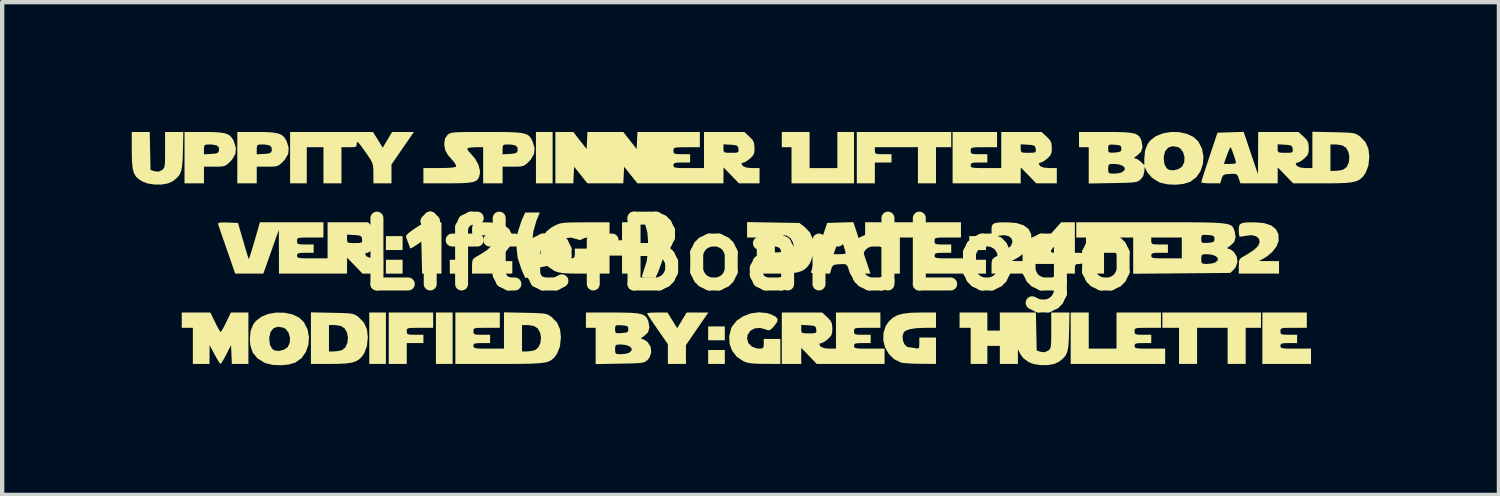
<source format=kicad_pcb>
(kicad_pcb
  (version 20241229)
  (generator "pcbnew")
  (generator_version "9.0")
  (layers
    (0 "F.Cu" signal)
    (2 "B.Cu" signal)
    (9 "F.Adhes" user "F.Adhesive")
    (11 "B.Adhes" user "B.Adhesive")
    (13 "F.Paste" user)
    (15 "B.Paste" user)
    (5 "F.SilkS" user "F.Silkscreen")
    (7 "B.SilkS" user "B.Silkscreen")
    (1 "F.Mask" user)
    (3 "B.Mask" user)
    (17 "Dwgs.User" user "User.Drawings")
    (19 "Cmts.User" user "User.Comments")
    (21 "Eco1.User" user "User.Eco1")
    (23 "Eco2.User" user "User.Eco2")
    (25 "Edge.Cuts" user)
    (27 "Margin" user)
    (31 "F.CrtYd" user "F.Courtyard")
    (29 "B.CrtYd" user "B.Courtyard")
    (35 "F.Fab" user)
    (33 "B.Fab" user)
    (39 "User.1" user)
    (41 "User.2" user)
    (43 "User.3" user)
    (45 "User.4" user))
  (footprint "LifterBoardLogo"
    (layer "F.Cu")
    (at 14.275 2.834)
    (property "Reference" "LifterBoardLogo" (at 0 0 0) (layer "F.SilkS") (effects (font (size 1.524 1.524) (thickness 0.3))))
    (attr board_only exclude_from_pos_files exclude_from_bom)
    (fp_poly (pts (xy -8.392 2.54) (xy -8.777 2.54) (xy -8.777 1.35) (xy -8.392 1.35)) (stroke (width 0) (type solid)) (fill yes) (layer "F.SilkS"))
    (fp_poly (pts (xy -8.006 -0.096) (xy -8.392 -0.096) (xy -8.392 -0.418) (xy -8.006 -0.418)) (stroke (width 0) (type solid)) (fill yes) (layer "F.SilkS"))
    (fp_poly (pts (xy -8.006 0.45) (xy -8.392 0.45) (xy -8.392 0.129) (xy -8.006 0.129)) (stroke (width 0) (type solid)) (fill yes) (layer "F.SilkS"))
    (fp_poly (pts (xy -6.848 2.54) (xy -7.234 2.54) (xy -7.234 1.35) (xy -6.848 1.35)) (stroke (width 0) (type solid)) (fill yes) (layer "F.SilkS"))
    (fp_poly (pts (xy -6.527 0.45) (xy -6.913 0.45) (xy -6.913 0.129) (xy -6.527 0.129)) (stroke (width 0) (type solid)) (fill yes) (layer "F.SilkS"))
    (fp_poly (pts (xy -4.533 -1.64) (xy -4.919 -1.64) (xy -4.919 -2.829) (xy -4.533 -2.829)) (stroke (width 0) (type solid)) (fill yes) (layer "F.SilkS"))
    (fp_poly (pts (xy -0.547 1.993) (xy -0.932 1.993) (xy -0.932 1.672) (xy -0.547 1.672)) (stroke (width 0) (type solid)) (fill yes) (layer "F.SilkS"))
    (fp_poly (pts (xy -0.547 2.54) (xy -0.932 2.54) (xy -0.932 2.218) (xy -0.547 2.218)) (stroke (width 0) (type solid)) (fill yes) (layer "F.SilkS"))
    (fp_poly (pts (xy 5.498 -0.096) (xy 5.112 -0.096) (xy 5.112 -0.418) (xy 5.498 -0.418)) (stroke (width 0) (type solid)) (fill yes) (layer "F.SilkS"))
    (fp_poly (pts (xy 5.498 0.45) (xy 5.112 0.45) (xy 5.112 0.129) (xy 5.498 0.129)) (stroke (width 0) (type solid)) (fill yes) (layer "F.SilkS"))
    (fp_poly (pts (xy 3.858 -0.386) (xy 3.505 -0.386) (xy 3.505 0.45) (xy 3.087 0.45) (xy 3.087 -0.386) (xy 2.701 -0.386) (xy 2.701 -0.739) (xy 3.858 -0.739)) (stroke (width 0) (type solid)) (fill yes) (layer "F.SilkS"))
    (fp_poly (pts (xy 1.415 -1.993) (xy 2.058 -1.993) (xy 2.058 -2.829) (xy 2.444 -2.829) (xy 2.444 -1.64) (xy 0.997 -1.64) (xy 0.997 -2.476) (xy 0.772 -2.476) (xy 0.772 -2.829) (xy 1.415 -2.829)) (stroke (width 0) (type solid)) (fill yes) (layer "F.SilkS"))
    (fp_poly (pts (xy 11.864 1.704) (xy 11.51 1.704) (xy 11.51 2.54) (xy 11.092 2.54) (xy 11.092 1.704) (xy 10.385 1.704) (xy 10.385 2.54) (xy 9.967 2.54) (xy 9.967 1.704) (xy 9.581 1.704) (xy 9.581 1.35) (xy 11.864 1.35)) (stroke (width 0) (type solid)) (fill yes) (layer "F.SilkS"))
    (fp_poly (pts (xy -4.91 -0.768) (xy -4.978 -0.531) (xy -5.008 -0.27) (xy -5 -0.005) (xy -4.954 0.245) (xy -4.887 0.426) (xy -4.829 0.547) (xy -5.168 0.547) (xy -5.253 0.356) (xy -5.344 0.078) (xy -5.373 -0.21) (xy -5.343 -0.499) (xy -5.252 -0.776) (xy -5.168 -0.965) (xy -4.83 -0.965)) (stroke (width 0) (type solid)) (fill yes) (layer "F.SilkS"))
    (fp_poly (pts (xy 4.694 -2.476) (xy 4.341 -2.476) (xy 4.341 -1.64) (xy 3.923 -1.64) (xy 3.923 -2.476) (xy 2.926 -2.476) (xy 2.926 -2.395) (xy 2.93 -2.351) (xy 2.952 -2.327) (xy 3.008 -2.317) (xy 3.112 -2.315) (xy 3.119 -2.315) (xy 3.312 -2.315) (xy 3.312 -2.122) (xy 2.926 -2.122) (xy 2.926 -1.64) (xy 2.508 -1.64) (xy 2.508 -2.829) (xy 4.694 -2.829)) (stroke (width 0) (type solid)) (fill yes) (layer "F.SilkS"))
    (fp_poly (pts (xy -7.298 1.704) (xy -7.604 1.704) (xy -7.745 1.705) (xy -7.835 1.708) (xy -7.884 1.719) (xy -7.905 1.738) (xy -7.909 1.771) (xy -7.909 1.784) (xy -7.905 1.829) (xy -7.883 1.853) (xy -7.827 1.863) (xy -7.723 1.865) (xy -7.716 1.865) (xy -7.524 1.865) (xy -7.524 2.058) (xy -7.909 2.058) (xy -7.909 2.54) (xy -8.327 2.54) (xy -8.327 1.35) (xy -7.298 1.35)) (stroke (width 0) (type solid)) (fill yes) (layer "F.SilkS"))
    (fp_poly (pts (xy -1.762 1.532) (xy -1.649 1.713) (xy -1.54 1.532) (xy -1.432 1.35) (xy -0.928 1.35) (xy -1.447 2.104) (xy -1.447 2.54) (xy -1.865 2.54) (xy -1.865 2.084) (xy -2.106 1.736) (xy -2.195 1.606) (xy -2.27 1.494) (xy -2.323 1.413) (xy -2.346 1.372) (xy -2.347 1.369) (xy -2.318 1.36) (xy -2.24 1.353) (xy -2.129 1.35) (xy -2.111 1.35) (xy -1.874 1.35)) (stroke (width 0) (type solid)) (fill yes) (layer "F.SilkS"))
    (fp_poly (pts (xy -7.106 0.45) (xy -7.554 0.45) (xy -7.563 0.08) (xy -7.572 -0.29) (xy -7.695 -0.207) (xy -7.769 -0.159) (xy -7.818 -0.135) (xy -7.827 -0.134) (xy -7.842 -0.169) (xy -7.868 -0.238) (xy -7.869 -0.241) (xy -7.9 -0.328) (xy -7.925 -0.391) (xy -7.923 -0.429) (xy -7.884 -0.476) (xy -7.8 -0.542) (xy -7.727 -0.592) (xy -7.613 -0.667) (xy -7.527 -0.711) (xy -7.45 -0.732) (xy -7.357 -0.739) (xy -7.307 -0.739) (xy -7.106 -0.739)) (stroke (width 0) (type solid)) (fill yes) (layer "F.SilkS"))
    (fp_poly (pts (xy -2.074 -0.799) (xy -2.026 -0.674) (xy -1.982 -0.523) (xy -1.959 -0.415) (xy -1.941 -0.15) (xy -1.984 0.121) (xy -2.075 0.375) (xy -2.151 0.547) (xy -2.317 0.547) (xy -2.413 0.544) (xy -2.458 0.533) (xy -2.465 0.508) (xy -2.459 0.49) (xy -2.355 0.163) (xy -2.315 -0.168) (xy -2.339 -0.498) (xy -2.427 -0.827) (xy -2.459 -0.908) (xy -2.465 -0.941) (xy -2.439 -0.958) (xy -2.368 -0.964) (xy -2.317 -0.965) (xy -2.151 -0.965)) (stroke (width 0) (type solid)) (fill yes) (layer "F.SilkS"))
    (fp_poly (pts (xy 4.919 -0.386) (xy 4.614 -0.386) (xy 4.472 -0.385) (xy 4.383 -0.381) (xy 4.334 -0.371) (xy 4.313 -0.352) (xy 4.308 -0.319) (xy 4.308 -0.305) (xy 4.312 -0.261) (xy 4.335 -0.237) (xy 4.39 -0.227) (xy 4.495 -0.225) (xy 4.501 -0.225) (xy 4.694 -0.225) (xy 4.694 -0.032) (xy 4.501 -0.032) (xy 4.394 -0.03) (xy 4.335 -0.019) (xy 4.312 0.004) (xy 4.308 0.032) (xy 4.312 0.06) (xy 4.332 0.079) (xy 4.378 0.09) (xy 4.462 0.095) (xy 4.595 0.096) (xy 4.662 0.096) (xy 5.016 0.096) (xy 5.016 0.45) (xy 3.89 0.45) (xy 3.89 -0.739) (xy 4.919 -0.739)) (stroke (width 0) (type solid)) (fill yes) (layer "F.SilkS"))
    (fp_poly (pts (xy 12.925 1.704) (xy 12.62 1.704) (xy 12.478 1.705) (xy 12.389 1.708) (xy 12.34 1.719) (xy 12.319 1.738) (xy 12.314 1.771) (xy 12.314 1.784) (xy 12.318 1.829) (xy 12.341 1.853) (xy 12.396 1.863) (xy 12.5 1.865) (xy 12.507 1.865) (xy 12.7 1.865) (xy 12.7 2.058) (xy 12.507 2.058) (xy 12.399 2.06) (xy 12.341 2.07) (xy 12.318 2.094) (xy 12.314 2.122) (xy 12.318 2.15) (xy 12.338 2.169) (xy 12.384 2.179) (xy 12.468 2.185) (xy 12.601 2.186) (xy 12.668 2.186) (xy 13.022 2.186) (xy 13.022 2.54) (xy 11.896 2.54) (xy 11.896 1.35) (xy 12.925 1.35)) (stroke (width 0) (type solid)) (fill yes) (layer "F.SilkS"))
    (fp_poly (pts (xy -12.346 1.575) (xy -12.293 1.682) (xy -12.248 1.761) (xy -12.221 1.799) (xy -12.218 1.801) (xy -12.195 1.774) (xy -12.154 1.703) (xy -12.102 1.601) (xy -12.089 1.575) (xy -11.98 1.35) (xy -11.575 1.35) (xy -11.575 2.54) (xy -11.958 2.54) (xy -11.967 2.323) (xy -11.977 2.106) (xy -12.088 2.323) (xy -12.144 2.427) (xy -12.19 2.503) (xy -12.218 2.539) (xy -12.22 2.54) (xy -12.245 2.514) (xy -12.289 2.444) (xy -12.345 2.345) (xy -12.357 2.323) (xy -12.473 2.106) (xy -12.474 2.323) (xy -12.475 2.54) (xy -12.861 2.54) (xy -12.861 1.704) (xy -13.118 1.704) (xy -13.118 1.35) (xy -12.455 1.35)) (stroke (width 0) (type solid)) (fill yes) (layer "F.SilkS"))
    (fp_poly (pts (xy -8.578 -2.648) (xy -8.465 -2.466) (xy -8.357 -2.648) (xy -8.248 -2.829) (xy -7.744 -2.829) (xy -8.004 -2.453) (xy -8.263 -2.076) (xy -8.263 -1.64) (xy -8.681 -1.64) (xy -8.682 -1.873) (xy -8.684 -1.979) (xy -8.692 -2.058) (xy -8.714 -2.127) (xy -8.756 -2.203) (xy -8.824 -2.306) (xy -8.875 -2.378) (xy -8.961 -2.498) (xy -9.017 -2.569) (xy -9.05 -2.598) (xy -9.064 -2.591) (xy -9.067 -2.563) (xy -9.071 -2.513) (xy -9.092 -2.487) (xy -9.148 -2.477) (xy -9.244 -2.476) (xy -9.421 -2.476) (xy -9.421 -1.64) (xy -9.838 -1.64) (xy -9.838 -2.476) (xy -10.224 -2.476) (xy -10.224 -1.64) (xy -10.61 -1.64) (xy -10.61 -2.829) (xy -8.691 -2.829)) (stroke (width 0) (type solid)) (fill yes) (layer "F.SilkS"))
    (fp_poly (pts (xy 0.573 -0.733) (xy 1.179 -0.723) (xy 1.3 -0.631) (xy 1.421 -0.506) (xy 1.49 -0.351) (xy 1.511 -0.167) (xy 1.489 0.04) (xy 1.424 0.21) (xy 1.37 0.285) (xy 1.306 0.347) (xy 1.231 0.391) (xy 1.134 0.421) (xy 1.005 0.439) (xy 0.832 0.448) (xy 0.644 0.45) (xy 0.193 0.45) (xy 0.193 0.161) (xy 0.611 0.161) (xy 0.721 0.161) (xy 0.824 0.152) (xy 0.913 0.13) (xy 0.988 0.07) (xy 1.035 -0.032) (xy 1.05 -0.156) (xy 1.03 -0.271) (xy 0.975 -0.371) (xy 0.886 -0.428) (xy 0.752 -0.45) (xy 0.721 -0.45) (xy 0.611 -0.45) (xy 0.611 0.161) (xy 0.193 0.161) (xy 0.193 -0.386) (xy -0.032 -0.386) (xy -0.032 -0.743)) (stroke (width 0) (type solid)) (fill yes) (layer "F.SilkS"))
    (fp_poly (pts (xy 7.877 2.186) (xy 8.52 2.186) (xy 8.52 1.35) (xy 9.549 1.35) (xy 9.549 1.704) (xy 9.244 1.704) (xy 9.102 1.705) (xy 9.013 1.708) (xy 8.964 1.719) (xy 8.943 1.738) (xy 8.938 1.771) (xy 8.938 1.784) (xy 8.942 1.829) (xy 8.965 1.853) (xy 9.02 1.863) (xy 9.124 1.865) (xy 9.131 1.865) (xy 9.324 1.865) (xy 9.324 2.058) (xy 9.131 2.058) (xy 9.023 2.06) (xy 8.965 2.07) (xy 8.942 2.094) (xy 8.938 2.122) (xy 8.942 2.15) (xy 8.962 2.169) (xy 9.008 2.179) (xy 9.092 2.185) (xy 9.225 2.186) (xy 9.292 2.186) (xy 9.646 2.186) (xy 9.646 2.54) (xy 7.459 2.54) (xy 7.459 1.35) (xy 7.877 1.35)) (stroke (width 0) (type solid)) (fill yes) (layer "F.SilkS"))
    (fp_poly (pts (xy -13.85 -2.39) (xy -13.841 -1.95) (xy -13.752 -1.921) (xy -13.659 -1.91) (xy -13.583 -1.943) (xy -13.551 -1.967) (xy -13.529 -1.995) (xy -13.515 -2.041) (xy -13.507 -2.115) (xy -13.504 -2.228) (xy -13.504 -2.394) (xy -13.504 -2.412) (xy -13.504 -2.829) (xy -13.081 -2.829) (xy -13.091 -2.381) (xy -13.098 -2.182) (xy -13.11 -2.034) (xy -13.131 -1.926) (xy -13.165 -1.845) (xy -13.217 -1.779) (xy -13.291 -1.715) (xy -13.323 -1.691) (xy -13.435 -1.639) (xy -13.584 -1.612) (xy -13.749 -1.612) (xy -13.908 -1.637) (xy -14.018 -1.678) (xy -14.111 -1.734) (xy -14.179 -1.797) (xy -14.226 -1.88) (xy -14.255 -1.993) (xy -14.27 -2.146) (xy -14.275 -2.35) (xy -14.275 -2.403) (xy -14.275 -2.829) (xy -13.859 -2.829)) (stroke (width 0) (type solid)) (fill yes) (layer "F.SilkS"))
    (fp_poly (pts (xy 7.556 -0.032) (xy 7.652 -0.032) (xy 7.714 -0.027) (xy 7.741 0.000448) (xy 7.748 0.069) (xy 7.749 0.096) (xy 7.745 0.179) (xy 7.724 0.216) (xy 7.673 0.225) (xy 7.652 0.225) (xy 7.587 0.231) (xy 7.561 0.263) (xy 7.556 0.338) (xy 7.556 0.45) (xy 7.234 0.45) (xy 7.234 0.225) (xy 6.591 0.225) (xy 6.592 0.104) (xy 6.596 0.053) (xy 6.614 0.000266) (xy 6.643 -0.05) (xy 7.003 -0.05) (xy 7.04 -0.035) (xy 7.104 -0.032) (xy 7.234 -0.032) (xy 7.234 -0.367) (xy 7.137 -0.256) (xy 7.05 -0.152) (xy 7.005 -0.086) (xy 7.003 -0.05) (xy 6.643 -0.05) (xy 6.65 -0.062) (xy 6.712 -0.144) (xy 6.807 -0.255) (xy 6.916 -0.378) (xy 7.239 -0.739) (xy 7.556 -0.739)) (stroke (width 0) (type solid)) (fill yes) (layer "F.SilkS"))
    (fp_poly (pts (xy -12.386 -2.827) (xy -12.226 -2.816) (xy -12.11 -2.796) (xy -12.028 -2.761) (xy -11.969 -2.709) (xy -11.923 -2.638) (xy -11.913 -2.617) (xy -11.864 -2.461) (xy -11.876 -2.322) (xy -11.95 -2.193) (xy -11.989 -2.15) (xy -12.055 -2.087) (xy -12.109 -2.05) (xy -12.173 -2.032) (xy -12.265 -2.026) (xy -12.359 -2.026) (xy -12.604 -2.026) (xy -12.604 -1.64) (xy -13.054 -1.64) (xy -13.054 -2.312) (xy -12.604 -2.312) (xy -12.435 -2.321) (xy -12.335 -2.33) (xy -12.282 -2.348) (xy -12.26 -2.382) (xy -12.255 -2.408) (xy -12.262 -2.478) (xy -12.312 -2.52) (xy -12.414 -2.538) (xy -12.467 -2.54) (xy -12.553 -2.537) (xy -12.592 -2.519) (xy -12.603 -2.47) (xy -12.604 -2.426) (xy -12.604 -2.312) (xy -13.054 -2.312) (xy -13.054 -2.829) (xy -12.6 -2.829)) (stroke (width 0) (type solid)) (fill yes) (layer "F.SilkS"))
    (fp_poly (pts (xy -11.165 -2.827) (xy -11.005 -2.816) (xy -10.889 -2.796) (xy -10.806 -2.761) (xy -10.747 -2.709) (xy -10.701 -2.638) (xy -10.691 -2.617) (xy -10.642 -2.461) (xy -10.654 -2.322) (xy -10.728 -2.193) (xy -10.767 -2.15) (xy -10.833 -2.087) (xy -10.887 -2.05) (xy -10.951 -2.032) (xy -11.044 -2.026) (xy -11.137 -2.026) (xy -11.382 -2.026) (xy -11.382 -1.64) (xy -11.832 -1.64) (xy -11.832 -2.312) (xy -11.382 -2.312) (xy -11.213 -2.321) (xy -11.113 -2.33) (xy -11.061 -2.348) (xy -11.038 -2.382) (xy -11.033 -2.408) (xy -11.04 -2.478) (xy -11.091 -2.52) (xy -11.192 -2.538) (xy -11.245 -2.54) (xy -11.331 -2.537) (xy -11.37 -2.519) (xy -11.381 -2.47) (xy -11.382 -2.426) (xy -11.382 -2.312) (xy -11.832 -2.312) (xy -11.832 -2.829) (xy -11.379 -2.829)) (stroke (width 0) (type solid)) (fill yes) (layer "F.SilkS"))
    (fp_poly (pts (xy -9.635 1.356) (xy -9.447 1.36) (xy -9.311 1.366) (xy -9.216 1.373) (xy -9.149 1.386) (xy -9.099 1.406) (xy -9.055 1.434) (xy -9.021 1.459) (xy -8.9 1.584) (xy -8.831 1.739) (xy -8.81 1.923) (xy -8.832 2.13) (xy -8.897 2.3) (xy -8.951 2.375) (xy -9.015 2.437) (xy -9.09 2.481) (xy -9.186 2.511) (xy -9.316 2.529) (xy -9.489 2.538) (xy -9.677 2.54) (xy -10.128 2.54) (xy -10.128 2.251) (xy -9.71 2.251) (xy -9.599 2.251) (xy -9.496 2.241) (xy -9.408 2.22) (xy -9.333 2.16) (xy -9.285 2.058) (xy -9.271 1.934) (xy -9.291 1.819) (xy -9.346 1.719) (xy -9.434 1.662) (xy -9.569 1.64) (xy -9.599 1.64) (xy -9.71 1.64) (xy -9.71 2.251) (xy -10.128 2.251) (xy -10.128 1.346)) (stroke (width 0) (type solid)) (fill yes) (layer "F.SilkS"))
    (fp_poly (pts (xy 4.341 1.704) (xy 4.091 1.704) (xy 3.892 1.712) (xy 3.737 1.736) (xy 3.634 1.774) (xy 3.596 1.808) (xy 3.568 1.895) (xy 3.575 1.993) (xy 3.61 2.082) (xy 3.666 2.141) (xy 3.712 2.154) (xy 3.772 2.16) (xy 3.854 2.174) (xy 3.918 2.184) (xy 3.947 2.167) (xy 3.954 2.11) (xy 3.955 2.062) (xy 3.955 1.929) (xy 4.341 1.929) (xy 4.341 2.54) (xy 3.979 2.537) (xy 3.824 2.534) (xy 3.685 2.527) (xy 3.579 2.517) (xy 3.53 2.508) (xy 3.371 2.43) (xy 3.248 2.309) (xy 3.163 2.159) (xy 3.121 1.992) (xy 3.126 1.821) (xy 3.179 1.659) (xy 3.258 1.547) (xy 3.347 1.467) (xy 3.453 1.411) (xy 3.587 1.375) (xy 3.761 1.356) (xy 3.963 1.351) (xy 4.341 1.35)) (stroke (width 0) (type solid)) (fill yes) (layer "F.SilkS"))
    (fp_poly (pts (xy -5.814 -0.72) (xy -5.65 -0.667) (xy -5.537 -0.579) (xy -5.479 -0.459) (xy -5.475 -0.307) (xy -5.477 -0.3) (xy -5.523 -0.18) (xy -5.617 -0.057) (xy -5.745 0.052) (xy -5.819 0.098) (xy -5.932 0.158) (xy -5.466 0.161) (xy -5.466 0.45) (xy -6.398 0.45) (xy -6.398 0.281) (xy -6.395 0.18) (xy -6.379 0.121) (xy -6.337 0.08) (xy -6.28 0.048) (xy -6.175 -0.014) (xy -6.063 -0.087) (xy -6.039 -0.105) (xy -5.947 -0.195) (xy -5.914 -0.284) (xy -5.933 -0.361) (xy -5.997 -0.416) (xy -6.101 -0.441) (xy -6.236 -0.426) (xy -6.32 -0.409) (xy -6.374 -0.408) (xy -6.381 -0.411) (xy -6.392 -0.451) (xy -6.398 -0.531) (xy -6.398 -0.564) (xy -6.394 -0.639) (xy -6.372 -0.689) (xy -6.323 -0.719) (xy -6.236 -0.734) (xy -6.1 -0.738) (xy -6.028 -0.738)) (stroke (width 0) (type solid)) (fill yes) (layer "F.SilkS"))
    (fp_poly (pts (xy 6.211 -0.72) (xy 6.375 -0.667) (xy 6.487 -0.579) (xy 6.546 -0.459) (xy 6.549 -0.307) (xy 6.548 -0.3) (xy 6.501 -0.18) (xy 6.407 -0.057) (xy 6.28 0.052) (xy 6.205 0.098) (xy 6.093 0.158) (xy 6.326 0.159) (xy 6.559 0.161) (xy 6.559 0.45) (xy 5.627 0.45) (xy 5.627 0.281) (xy 5.63 0.18) (xy 5.646 0.121) (xy 5.688 0.08) (xy 5.745 0.048) (xy 5.85 -0.014) (xy 5.961 -0.087) (xy 5.986 -0.105) (xy 6.077 -0.195) (xy 6.111 -0.284) (xy 6.092 -0.361) (xy 6.028 -0.416) (xy 5.923 -0.441) (xy 5.789 -0.426) (xy 5.705 -0.409) (xy 5.651 -0.408) (xy 5.644 -0.411) (xy 5.633 -0.451) (xy 5.627 -0.531) (xy 5.627 -0.564) (xy 5.631 -0.639) (xy 5.653 -0.689) (xy 5.701 -0.719) (xy 5.789 -0.734) (xy 5.925 -0.738) (xy 5.996 -0.738)) (stroke (width 0) (type solid)) (fill yes) (layer "F.SilkS"))
    (fp_poly (pts (xy 11.934 -0.72) (xy 12.098 -0.667) (xy 12.21 -0.579) (xy 12.269 -0.459) (xy 12.272 -0.307) (xy 12.271 -0.3) (xy 12.224 -0.18) (xy 12.13 -0.057) (xy 12.003 0.052) (xy 11.928 0.098) (xy 11.816 0.158) (xy 12.049 0.159) (xy 12.282 0.161) (xy 12.282 0.45) (xy 11.35 0.45) (xy 11.35 0.281) (xy 11.353 0.18) (xy 11.369 0.121) (xy 11.411 0.08) (xy 11.468 0.048) (xy 11.573 -0.014) (xy 11.684 -0.087) (xy 11.709 -0.105) (xy 11.8 -0.195) (xy 11.834 -0.284) (xy 11.815 -0.361) (xy 11.751 -0.416) (xy 11.646 -0.441) (xy 11.512 -0.426) (xy 11.428 -0.409) (xy 11.374 -0.408) (xy 11.367 -0.411) (xy 11.356 -0.451) (xy 11.35 -0.531) (xy 11.35 -0.564) (xy 11.354 -0.639) (xy 11.376 -0.689) (xy 11.425 -0.719) (xy 11.512 -0.734) (xy 11.648 -0.738) (xy 11.719 -0.738)) (stroke (width 0) (type solid)) (fill yes) (layer "F.SilkS"))
    (fp_poly (pts (xy 0.428 1.363) (xy 0.524 1.394) (xy 0.63 1.447) (xy 0.676 1.501) (xy 0.665 1.566) (xy 0.602 1.655) (xy 0.599 1.658) (xy 0.533 1.73) (xy 0.487 1.761) (xy 0.442 1.758) (xy 0.405 1.743) (xy 0.267 1.706) (xy 0.143 1.718) (xy 0.044 1.773) (xy -0.018 1.865) (xy -0.032 1.953) (xy -0.003 2.056) (xy 0.075 2.136) (xy 0.187 2.181) (xy 0.245 2.186) (xy 0.318 2.181) (xy 0.348 2.152) (xy 0.354 2.08) (xy 0.354 2.074) (xy 0.354 1.961) (xy 0.739 1.961) (xy 0.739 2.54) (xy 0.378 2.539) (xy 0.198 2.536) (xy 0.067 2.527) (xy -0.031 2.509) (xy -0.111 2.481) (xy -0.116 2.478) (xy -0.268 2.377) (xy -0.377 2.237) (xy -0.437 2.072) (xy -0.446 1.894) (xy -0.399 1.715) (xy -0.378 1.672) (xy -0.273 1.54) (xy -0.124 1.438) (xy 0.052 1.371) (xy 0.242 1.345)) (stroke (width 0) (type solid)) (fill yes) (layer "F.SilkS"))
    (fp_poly (pts (xy 2.626 -0.146) (xy 2.824 0.45) (xy 2.352 0.45) (xy 2.314 0.336) (xy 2.289 0.269) (xy 2.258 0.237) (xy 2.2 0.228) (xy 2.112 0.232) (xy 2.014 0.24) (xy 1.96 0.259) (xy 1.932 0.3) (xy 1.917 0.346) (xy 1.888 0.45) (xy 1.667 0.45) (xy 1.558 0.447) (xy 1.479 0.438) (xy 1.447 0.426) (xy 1.447 0.425) (xy 1.457 0.388) (xy 1.484 0.3) (xy 1.525 0.172) (xy 1.577 0.012) (xy 1.581 0) (xy 1.971 0) (xy 2.111 0) (xy 2.195 -0.004) (xy 2.245 -0.015) (xy 2.251 -0.021) (xy 2.241 -0.07) (xy 2.217 -0.151) (xy 2.186 -0.243) (xy 2.155 -0.325) (xy 2.132 -0.377) (xy 2.124 -0.386) (xy 2.105 -0.358) (xy 2.073 -0.285) (xy 2.038 -0.193) (xy 1.971 0) (xy 1.581 0) (xy 1.634 -0.161) (xy 1.822 -0.723) (xy 2.125 -0.733) (xy 2.428 -0.742)) (stroke (width 0) (type solid)) (fill yes) (layer "F.SilkS"))
    (fp_poly (pts (xy 5.53 1.768) (xy 5.819 1.768) (xy 5.819 1.35) (xy 6.654 1.35) (xy 6.672 2.229) (xy 6.761 2.259) (xy 6.854 2.27) (xy 6.93 2.237) (xy 6.962 2.213) (xy 6.984 2.184) (xy 6.998 2.139) (xy 7.005 2.065) (xy 7.009 1.951) (xy 7.009 1.786) (xy 7.009 1.768) (xy 7.009 1.35) (xy 7.432 1.35) (xy 7.421 1.798) (xy 7.415 1.998) (xy 7.403 2.146) (xy 7.382 2.254) (xy 7.348 2.335) (xy 7.296 2.401) (xy 7.222 2.465) (xy 7.19 2.489) (xy 7.078 2.541) (xy 6.929 2.567) (xy 6.764 2.568) (xy 6.605 2.543) (xy 6.495 2.502) (xy 6.363 2.408) (xy 6.294 2.315) (xy 6.238 2.202) (xy 6.238 2.371) (xy 6.237 2.54) (xy 5.819 2.54) (xy 5.819 2.122) (xy 5.53 2.122) (xy 5.53 2.54) (xy 5.144 2.54) (xy 5.144 1.704) (xy 4.887 1.704) (xy 4.887 1.35) (xy 5.53 1.35)) (stroke (width 0) (type solid)) (fill yes) (layer "F.SilkS"))
    (fp_poly (pts (xy -10.736 1.355) (xy -10.558 1.393) (xy -10.405 1.465) (xy -10.292 1.571) (xy -10.291 1.572) (xy -10.207 1.738) (xy -10.173 1.917) (xy -10.186 2.096) (xy -10.244 2.262) (xy -10.343 2.403) (xy -10.48 2.504) (xy -10.494 2.511) (xy -10.642 2.554) (xy -10.821 2.571) (xy -11.004 2.563) (xy -11.163 2.528) (xy -11.205 2.511) (xy -11.366 2.411) (xy -11.474 2.279) (xy -11.531 2.11) (xy -11.543 1.961) (xy -11.542 1.957) (xy -11.092 1.957) (xy -11.076 2.099) (xy -11.025 2.191) (xy -10.964 2.23) (xy -10.865 2.239) (xy -10.756 2.212) (xy -10.671 2.156) (xy -10.666 2.151) (xy -10.618 2.05) (xy -10.612 1.933) (xy -10.644 1.82) (xy -10.709 1.733) (xy -10.761 1.702) (xy -10.889 1.679) (xy -10.991 1.712) (xy -11.061 1.797) (xy -11.092 1.927) (xy -11.092 1.957) (xy -11.542 1.957) (xy -11.523 1.773) (xy -11.463 1.624) (xy -11.404 1.547) (xy -11.273 1.447) (xy -11.109 1.381) (xy -10.925 1.351)) (stroke (width 0) (type solid)) (fill yes) (layer "F.SilkS"))
    (fp_poly (pts (xy -2.508 0.45) (xy -2.926 0.45) (xy -2.926 0.032) (xy -3.215 0.032) (xy -3.215 0.45) (xy -3.601 0.45) (xy -3.601 -0.386) (xy -3.707 -0.386) (xy -3.792 -0.375) (xy -3.85 -0.349) (xy -3.851 -0.348) (xy -3.897 -0.326) (xy -3.966 -0.346) (xy -3.971 -0.348) (xy -4.107 -0.384) (xy -4.231 -0.372) (xy -4.329 -0.316) (xy -4.391 -0.223) (xy -4.405 -0.137) (xy -4.376 -0.034) (xy -4.298 0.046) (xy -4.186 0.091) (xy -4.127 0.096) (xy -4.055 0.091) (xy -4.025 0.062) (xy -4.019 -0.01) (xy -4.019 -0.016) (xy -4.019 -0.129) (xy -3.633 -0.129) (xy -3.633 0.45) (xy -3.995 0.449) (xy -4.175 0.446) (xy -4.306 0.437) (xy -4.404 0.419) (xy -4.484 0.391) (xy -4.489 0.389) (xy -4.641 0.287) (xy -4.749 0.147) (xy -4.81 -0.018) (xy -4.819 -0.196) (xy -4.772 -0.375) (xy -4.751 -0.418) (xy -4.672 -0.53) (xy -4.564 -0.616) (xy -4.507 -0.649) (xy -4.445 -0.68) (xy -4.388 -0.703) (xy -4.325 -0.718) (xy -4.245 -0.728) (xy -4.136 -0.734) (xy -3.985 -0.736) (xy -3.783 -0.737) (xy -3.778 -0.737) (xy -3.215 -0.738) (xy -3.215 -0.322) (xy -2.926 -0.322) (xy -2.926 -0.739) (xy -2.508 -0.739)) (stroke (width 0) (type solid)) (fill yes) (layer "F.SilkS"))
    (fp_poly (pts (xy -5.166 1.356) (xy -4.978 1.36) (xy -4.842 1.366) (xy -4.746 1.373) (xy -4.68 1.386) (xy -4.63 1.406) (xy -4.585 1.434) (xy -4.551 1.459) (xy -4.43 1.584) (xy -4.361 1.739) (xy -4.341 1.923) (xy -4.363 2.13) (xy -4.428 2.3) (xy -4.482 2.375) (xy -4.523 2.419) (xy -4.567 2.454) (xy -4.62 2.482) (xy -4.69 2.503) (xy -4.784 2.518) (xy -4.908 2.528) (xy -5.07 2.535) (xy -5.276 2.538) (xy -5.535 2.54) (xy -5.77 2.54) (xy -6.784 2.54) (xy -6.784 2.251) (xy -5.241 2.251) (xy -5.13 2.251) (xy -5.027 2.241) (xy -4.939 2.22) (xy -4.864 2.16) (xy -4.816 2.058) (xy -4.802 1.934) (xy -4.822 1.819) (xy -4.876 1.719) (xy -4.965 1.662) (xy -5.099 1.64) (xy -5.13 1.64) (xy -5.241 1.64) (xy -5.241 2.251) (xy -6.784 2.251) (xy -6.784 1.35) (xy -5.755 1.35) (xy -5.755 1.704) (xy -6.061 1.704) (xy -6.202 1.705) (xy -6.291 1.708) (xy -6.34 1.719) (xy -6.361 1.738) (xy -6.366 1.771) (xy -6.366 1.784) (xy -6.362 1.829) (xy -6.34 1.853) (xy -6.284 1.863) (xy -6.18 1.865) (xy -6.173 1.865) (xy -5.98 1.865) (xy -5.98 2.058) (xy -6.173 2.058) (xy -6.281 2.06) (xy -6.339 2.07) (xy -6.363 2.094) (xy -6.366 2.122) (xy -6.362 2.15) (xy -6.342 2.169) (xy -6.296 2.179) (xy -6.212 2.185) (xy -6.079 2.186) (xy -6.012 2.186) (xy -5.659 2.186) (xy -5.659 1.346)) (stroke (width 0) (type solid)) (fill yes) (layer "F.SilkS"))
    (fp_poly (pts (xy -2.906 1.352) (xy -2.718 1.357) (xy -2.578 1.368) (xy -2.478 1.388) (xy -2.409 1.418) (xy -2.362 1.46) (xy -2.331 1.517) (xy -2.315 1.561) (xy -2.292 1.699) (xy -2.325 1.81) (xy -2.417 1.896) (xy -2.42 1.898) (xy -2.48 1.94) (xy -2.482 1.959) (xy -2.466 1.961) (xy -2.405 1.983) (xy -2.335 2.035) (xy -2.33 2.04) (xy -2.263 2.147) (xy -2.249 2.27) (xy -2.287 2.387) (xy -2.334 2.446) (xy -2.366 2.474) (xy -2.402 2.495) (xy -2.45 2.509) (xy -2.523 2.519) (xy -2.629 2.526) (xy -2.779 2.53) (xy -2.977 2.534) (xy -3.537 2.544) (xy -3.537 2.202) (xy -3.087 2.202) (xy -3.083 2.274) (xy -3.059 2.306) (xy -2.997 2.315) (xy -2.956 2.315) (xy -2.856 2.307) (xy -2.774 2.287) (xy -2.763 2.282) (xy -2.706 2.231) (xy -2.704 2.18) (xy -2.752 2.134) (xy -2.841 2.101) (xy -2.956 2.09) (xy -3.039 2.093) (xy -3.076 2.113) (xy -3.086 2.167) (xy -3.087 2.202) (xy -3.537 2.202) (xy -3.537 1.736) (xy -3.087 1.736) (xy -3.084 1.796) (xy -3.063 1.824) (xy -3.008 1.83) (xy -2.934 1.826) (xy -2.841 1.817) (xy -2.796 1.798) (xy -2.782 1.76) (xy -2.781 1.736) (xy -2.787 1.687) (xy -2.818 1.661) (xy -2.889 1.649) (xy -2.934 1.646) (xy -3.026 1.642) (xy -3.071 1.653) (xy -3.085 1.688) (xy -3.087 1.736) (xy -3.537 1.736) (xy -3.537 1.704) (xy -3.762 1.704) (xy -3.762 1.35) (xy -3.149 1.35)) (stroke (width 0) (type solid)) (fill yes) (layer "F.SilkS"))
    (fp_poly (pts (xy 1.822 1.457) (xy 1.896 1.534) (xy 1.931 1.606) (xy 1.942 1.703) (xy 1.942 1.717) (xy 1.938 1.819) (xy 1.912 1.888) (xy 1.851 1.954) (xy 1.84 1.964) (xy 1.765 2.022) (xy 1.702 2.055) (xy 1.687 2.058) (xy 1.645 2.072) (xy 1.64 2.083) (xy 1.669 2.139) (xy 1.753 2.175) (xy 1.871 2.186) (xy 2.026 2.186) (xy 2.026 1.35) (xy 3.054 1.35) (xy 3.054 1.704) (xy 2.749 1.704) (xy 2.607 1.705) (xy 2.518 1.708) (xy 2.469 1.719) (xy 2.448 1.738) (xy 2.444 1.771) (xy 2.444 1.784) (xy 2.448 1.829) (xy 2.47 1.853) (xy 2.526 1.863) (xy 2.63 1.865) (xy 2.636 1.865) (xy 2.829 1.865) (xy 2.829 2.058) (xy 2.636 2.058) (xy 2.529 2.06) (xy 2.47 2.07) (xy 2.447 2.094) (xy 2.444 2.122) (xy 2.448 2.15) (xy 2.467 2.169) (xy 2.514 2.179) (xy 2.598 2.185) (xy 2.731 2.186) (xy 2.797 2.186) (xy 3.151 2.186) (xy 3.151 2.54) (xy 1.581 2.54) (xy 1.402 2.355) (xy 1.223 2.17) (xy 1.222 2.355) (xy 1.222 2.54) (xy 0.772 2.54) (xy 0.772 1.636) (xy 1.222 1.636) (xy 1.222 1.735) (xy 1.225 1.79) (xy 1.243 1.82) (xy 1.294 1.831) (xy 1.392 1.833) (xy 1.401 1.833) (xy 1.502 1.831) (xy 1.555 1.821) (xy 1.572 1.796) (xy 1.57 1.746) (xy 1.57 1.744) (xy 1.558 1.692) (xy 1.529 1.664) (xy 1.464 1.651) (xy 1.391 1.646) (xy 1.222 1.636) (xy 0.772 1.636) (xy 0.772 1.35) (xy 1.705 1.35)) (stroke (width 0) (type solid)) (fill yes) (layer "F.SilkS"))
    (fp_poly (pts (xy 5.755 -2.476) (xy 5.45 -2.476) (xy 5.308 -2.475) (xy 5.219 -2.471) (xy 5.17 -2.461) (xy 5.149 -2.441) (xy 5.144 -2.409) (xy 5.144 -2.395) (xy 5.148 -2.351) (xy 5.171 -2.327) (xy 5.226 -2.317) (xy 5.33 -2.315) (xy 5.337 -2.315) (xy 5.53 -2.315) (xy 5.53 -2.122) (xy 5.337 -2.122) (xy 5.229 -2.12) (xy 5.171 -2.109) (xy 5.148 -2.086) (xy 5.144 -2.058) (xy 5.148 -2.03) (xy 5.168 -2.011) (xy 5.214 -2) (xy 5.298 -1.995) (xy 5.431 -1.993) (xy 5.498 -1.993) (xy 5.852 -1.993) (xy 5.852 -2.543) (xy 6.302 -2.543) (xy 6.302 -2.445) (xy 6.305 -2.389) (xy 6.323 -2.36) (xy 6.374 -2.349) (xy 6.472 -2.347) (xy 6.481 -2.347) (xy 6.582 -2.349) (xy 6.635 -2.358) (xy 6.652 -2.384) (xy 6.65 -2.434) (xy 6.65 -2.436) (xy 6.638 -2.487) (xy 6.609 -2.515) (xy 6.544 -2.528) (xy 6.471 -2.534) (xy 6.302 -2.543) (xy 5.852 -2.543) (xy 5.852 -2.829) (xy 6.785 -2.829) (xy 6.902 -2.722) (xy 6.976 -2.646) (xy 7.011 -2.574) (xy 7.022 -2.476) (xy 7.022 -2.462) (xy 7.018 -2.361) (xy 6.992 -2.292) (xy 6.931 -2.225) (xy 6.92 -2.216) (xy 6.845 -2.158) (xy 6.782 -2.125) (xy 6.767 -2.122) (xy 6.725 -2.108) (xy 6.72 -2.096) (xy 6.75 -2.04) (xy 6.835 -2.005) (xy 6.967 -1.993) (xy 7.138 -1.993) (xy 7.138 -1.64) (xy 6.661 -1.64) (xy 6.482 -1.825) (xy 6.303 -2.009) (xy 6.302 -1.825) (xy 6.302 -1.64) (xy 4.726 -1.64) (xy 4.726 -2.829) (xy 5.755 -2.829)) (stroke (width 0) (type solid)) (fill yes) (layer "F.SilkS"))
    (fp_poly (pts (xy -5.789 -2.829) (xy -5.571 -2.826) (xy -5.402 -2.82) (xy -5.275 -2.808) (xy -5.182 -2.79) (xy -5.115 -2.763) (xy -5.068 -2.727) (xy -5.033 -2.68) (xy -5.001 -2.619) (xy -5 -2.617) (xy -4.951 -2.461) (xy -4.963 -2.322) (xy -5.038 -2.193) (xy -5.076 -2.15) (xy -5.142 -2.087) (xy -5.197 -2.05) (xy -5.26 -2.032) (xy -5.353 -2.026) (xy -5.446 -2.026) (xy -5.691 -2.026) (xy -5.691 -1.64) (xy -6.141 -1.64) (xy -6.141 -2.312) (xy -5.691 -2.312) (xy -5.522 -2.321) (xy -5.422 -2.33) (xy -5.37 -2.348) (xy -5.347 -2.382) (xy -5.342 -2.408) (xy -5.349 -2.478) (xy -5.4 -2.52) (xy -5.501 -2.538) (xy -5.554 -2.54) (xy -5.64 -2.537) (xy -5.679 -2.519) (xy -5.69 -2.47) (xy -5.691 -2.426) (xy -5.691 -2.312) (xy -6.141 -2.312) (xy -6.141 -2.476) (xy -6.316 -2.476) (xy -6.416 -2.471) (xy -6.487 -2.459) (xy -6.508 -2.448) (xy -6.498 -2.41) (xy -6.452 -2.353) (xy -6.442 -2.344) (xy -6.328 -2.212) (xy -6.25 -2.071) (xy -6.215 -1.936) (xy -6.217 -1.872) (xy -6.233 -1.796) (xy -6.26 -1.739) (xy -6.306 -1.698) (xy -6.378 -1.67) (xy -6.487 -1.653) (xy -6.639 -1.644) (xy -6.843 -1.641) (xy -6.953 -1.64) (xy -7.524 -1.64) (xy -7.524 -1.993) (xy -7.156 -1.993) (xy -6.98 -1.997) (xy -6.853 -2.005) (xy -6.78 -2.02) (xy -6.766 -2.028) (xy -6.774 -2.07) (xy -6.818 -2.137) (xy -6.857 -2.181) (xy -6.957 -2.297) (xy -7.014 -2.397) (xy -7.038 -2.501) (xy -7.041 -2.564) (xy -7.022 -2.681) (xy -6.967 -2.759) (xy -6.942 -2.781) (xy -6.913 -2.797) (xy -6.872 -2.809) (xy -6.812 -2.818) (xy -6.723 -2.824) (xy -6.598 -2.827) (xy -6.429 -2.829) (xy -6.209 -2.829) (xy -6.064 -2.829)) (stroke (width 0) (type solid)) (fill yes) (layer "F.SilkS"))
    (fp_poly (pts (xy -3.901 -2.632) (xy -3.746 -2.435) (xy -3.736 -2.632) (xy -3.727 -2.829) (xy -2.898 -2.829) (xy -2.743 -2.632) (xy -2.588 -2.435) (xy -2.579 -2.632) (xy -2.569 -2.829) (xy -1.125 -2.829) (xy -1.125 -2.476) (xy -1.431 -2.476) (xy -1.572 -2.475) (xy -1.662 -2.471) (xy -1.711 -2.461) (xy -1.731 -2.441) (xy -1.736 -2.409) (xy -1.736 -2.395) (xy -1.732 -2.351) (xy -1.71 -2.327) (xy -1.654 -2.317) (xy -1.55 -2.315) (xy -1.543 -2.315) (xy -1.35 -2.315) (xy -1.35 -2.122) (xy -1.543 -2.122) (xy -1.651 -2.12) (xy -1.709 -2.109) (xy -1.733 -2.086) (xy -1.736 -2.058) (xy -1.732 -2.03) (xy -1.713 -2.011) (xy -1.666 -2) (xy -1.582 -1.995) (xy -1.449 -1.993) (xy -1.383 -1.993) (xy -1.029 -1.993) (xy -1.029 -2.543) (xy -0.579 -2.543) (xy -0.579 -2.445) (xy -0.576 -2.389) (xy -0.557 -2.36) (xy -0.507 -2.349) (xy -0.408 -2.347) (xy -0.4 -2.347) (xy -0.298 -2.349) (xy -0.246 -2.358) (xy -0.228 -2.384) (xy -0.231 -2.434) (xy -0.231 -2.436) (xy -0.242 -2.487) (xy -0.272 -2.515) (xy -0.336 -2.528) (xy -0.41 -2.534) (xy -0.579 -2.543) (xy -1.029 -2.543) (xy -1.029 -2.829) (xy -0.096 -2.829) (xy 0.021 -2.722) (xy 0.095 -2.646) (xy 0.13 -2.574) (xy 0.141 -2.476) (xy 0.141 -2.462) (xy 0.137 -2.361) (xy 0.111 -2.292) (xy 0.05 -2.225) (xy 0.04 -2.216) (xy -0.035 -2.158) (xy -0.098 -2.125) (xy -0.113 -2.122) (xy -0.156 -2.108) (xy -0.161 -2.096) (xy -0.131 -2.04) (xy -0.045 -2.005) (xy 0.087 -1.993) (xy 0.257 -1.993) (xy 0.257 -1.64) (xy -0.22 -1.64) (xy -0.399 -1.825) (xy -0.577 -2.009) (xy -0.578 -1.825) (xy -0.579 -1.64) (xy -2.57 -1.64) (xy -2.724 -1.832) (xy -2.878 -2.024) (xy -2.887 -1.832) (xy -2.897 -1.64) (xy -3.728 -1.64) (xy -3.881 -1.832) (xy -4.035 -2.024) (xy -4.045 -1.832) (xy -4.054 -1.64) (xy -4.469 -1.64) (xy -4.469 -2.829) (xy -4.055 -2.829)) (stroke (width 0) (type solid)) (fill yes) (layer "F.SilkS"))
    (fp_poly (pts (xy -9.838 -0.386) (xy -10.144 -0.386) (xy -10.285 -0.385) (xy -10.375 -0.381) (xy -10.424 -0.371) (xy -10.445 -0.352) (xy -10.449 -0.319) (xy -10.449 -0.305) (xy -10.445 -0.261) (xy -10.423 -0.237) (xy -10.367 -0.227) (xy -10.263 -0.225) (xy -10.256 -0.225) (xy -10.064 -0.225) (xy -10.064 -0.032) (xy -10.256 -0.032) (xy -10.364 -0.03) (xy -10.422 -0.019) (xy -10.446 0.004) (xy -10.449 0.032) (xy -10.445 0.06) (xy -10.426 0.079) (xy -10.379 0.09) (xy -10.295 0.095) (xy -10.162 0.096) (xy -10.096 0.096) (xy -9.742 0.096) (xy -9.742 -0.453) (xy -9.292 -0.453) (xy -9.292 -0.355) (xy -9.289 -0.299) (xy -9.27 -0.27) (xy -9.22 -0.259) (xy -9.122 -0.257) (xy -9.113 -0.257) (xy -9.011 -0.259) (xy -8.959 -0.269) (xy -8.942 -0.294) (xy -8.944 -0.344) (xy -8.944 -0.346) (xy -8.955 -0.398) (xy -8.985 -0.425) (xy -9.05 -0.438) (xy -9.123 -0.444) (xy -9.292 -0.453) (xy -9.742 -0.453) (xy -9.742 -0.739) (xy -8.809 -0.739) (xy -8.692 -0.632) (xy -8.618 -0.556) (xy -8.583 -0.484) (xy -8.572 -0.387) (xy -8.572 -0.373) (xy -8.576 -0.271) (xy -8.602 -0.202) (xy -8.663 -0.135) (xy -8.673 -0.126) (xy -8.749 -0.068) (xy -8.811 -0.035) (xy -8.826 -0.032) (xy -8.869 -0.018) (xy -8.874 -0.006) (xy -8.844 0.049) (xy -8.759 0.085) (xy -8.626 0.096) (xy -8.456 0.096) (xy -8.456 0.45) (xy -8.933 0.45) (xy -9.291 0.08) (xy -9.292 0.45) (xy -10.867 0.45) (xy -10.869 -0.056) (xy -10.871 -0.563) (xy -11.05 -0.056) (xy -11.229 0.45) (xy -11.881 0.45) (xy -12.073 -0.104) (xy -12.135 -0.283) (xy -12.191 -0.443) (xy -12.235 -0.573) (xy -12.265 -0.662) (xy -12.277 -0.7) (xy -12.268 -0.722) (xy -12.22 -0.733) (xy -12.124 -0.735) (xy -12.052 -0.733) (xy -11.816 -0.723) (xy -11.695 -0.308) (xy -11.651 -0.155) (xy -11.612 -0.027) (xy -11.584 0.067) (xy -11.568 0.112) (xy -11.567 0.115) (xy -11.555 0.089) (xy -11.53 0.012) (xy -11.493 -0.105) (xy -11.45 -0.252) (xy -11.433 -0.308) (xy -11.308 -0.739) (xy -9.838 -0.739)) (stroke (width 0) (type solid)) (fill yes) (layer "F.SilkS"))
    (fp_poly (pts (xy 9.703 -0.739) (xy 10.038 -0.739) (xy 10.318 -0.738) (xy 10.549 -0.735) (xy 10.736 -0.73) (xy 10.884 -0.723) (xy 10.998 -0.712) (xy 11.083 -0.698) (xy 11.143 -0.68) (xy 11.185 -0.657) (xy 11.212 -0.628) (xy 11.231 -0.594) (xy 11.246 -0.553) (xy 11.254 -0.529) (xy 11.277 -0.391) (xy 11.243 -0.28) (xy 11.151 -0.194) (xy 11.148 -0.192) (xy 11.088 -0.15) (xy 11.086 -0.131) (xy 11.102 -0.129) (xy 11.163 -0.107) (xy 11.234 -0.055) (xy 11.239 -0.05) (xy 11.305 0.058) (xy 11.319 0.18) (xy 11.281 0.297) (xy 11.235 0.356) (xy 11.152 0.434) (xy 8.906 0.453) (xy 8.906 0.113) (xy 10.482 0.113) (xy 10.485 0.184) (xy 10.509 0.216) (xy 10.571 0.225) (xy 10.612 0.225) (xy 10.712 0.217) (xy 10.794 0.197) (xy 10.805 0.192) (xy 10.863 0.141) (xy 10.864 0.09) (xy 10.816 0.044) (xy 10.728 0.012) (xy 10.612 0) (xy 10.529 0.003) (xy 10.492 0.024) (xy 10.482 0.077) (xy 10.482 0.113) (xy 8.906 0.113) (xy 8.906 0.032) (xy 9.324 0.032) (xy 9.328 0.06) (xy 9.348 0.079) (xy 9.394 0.09) (xy 9.478 0.095) (xy 9.611 0.096) (xy 9.678 0.096) (xy 10.031 0.096) (xy 10.031 -0.354) (xy 10.482 -0.354) (xy 10.485 -0.294) (xy 10.505 -0.266) (xy 10.56 -0.26) (xy 10.634 -0.263) (xy 10.727 -0.273) (xy 10.772 -0.292) (xy 10.786 -0.33) (xy 10.787 -0.354) (xy 10.781 -0.403) (xy 10.75 -0.428) (xy 10.68 -0.441) (xy 10.634 -0.444) (xy 10.542 -0.448) (xy 10.497 -0.437) (xy 10.483 -0.402) (xy 10.482 -0.354) (xy 10.031 -0.354) (xy 10.031 -0.386) (xy 9.324 -0.386) (xy 9.324 -0.305) (xy 9.328 -0.261) (xy 9.35 -0.237) (xy 9.406 -0.227) (xy 9.51 -0.225) (xy 9.517 -0.225) (xy 9.71 -0.225) (xy 9.71 -0.032) (xy 9.517 -0.032) (xy 9.409 -0.03) (xy 9.351 -0.019) (xy 9.328 0.004) (xy 9.324 0.032) (xy 8.906 0.032) (xy 8.906 -0.386) (xy 8.231 -0.386) (xy 8.231 -0.305) (xy 8.235 -0.261) (xy 8.257 -0.237) (xy 8.313 -0.227) (xy 8.417 -0.225) (xy 8.424 -0.225) (xy 8.617 -0.225) (xy 8.617 -0.032) (xy 8.231 -0.032) (xy 8.231 0.45) (xy 7.813 0.45) (xy 7.813 -0.386) (xy 7.588 -0.386) (xy 7.588 -0.739) (xy 9.31 -0.739)) (stroke (width 0) (type solid)) (fill yes) (layer "F.SilkS"))
    (fp_poly (pts (xy 8.508 -2.828) (xy 8.696 -2.823) (xy 8.836 -2.811) (xy 8.936 -2.792) (xy 9.005 -2.762) (xy 9.051 -2.72) (xy 9.083 -2.663) (xy 9.099 -2.619) (xy 9.122 -2.48) (xy 9.089 -2.37) (xy 8.997 -2.284) (xy 8.994 -2.282) (xy 8.934 -2.24) (xy 8.932 -2.22) (xy 8.948 -2.219) (xy 9.009 -2.197) (xy 9.079 -2.144) (xy 9.084 -2.14) (xy 9.163 -2.061) (xy 9.163 -2.218) (xy 9.164 -2.222) (xy 9.613 -2.222) (xy 9.63 -2.08) (xy 9.681 -1.989) (xy 9.742 -1.95) (xy 9.841 -1.941) (xy 9.95 -1.968) (xy 10.035 -2.024) (xy 10.039 -2.029) (xy 10.088 -2.13) (xy 10.094 -2.247) (xy 10.062 -2.359) (xy 9.997 -2.447) (xy 9.945 -2.478) (xy 9.817 -2.501) (xy 9.715 -2.467) (xy 9.645 -2.383) (xy 9.614 -2.252) (xy 9.613 -2.222) (xy 9.164 -2.222) (xy 9.182 -2.406) (xy 9.243 -2.554) (xy 9.302 -2.633) (xy 9.432 -2.733) (xy 9.597 -2.798) (xy 9.781 -2.829) (xy 9.97 -2.825) (xy 10.148 -2.786) (xy 10.301 -2.714) (xy 10.414 -2.609) (xy 10.415 -2.607) (xy 10.499 -2.442) (xy 10.533 -2.263) (xy 10.519 -2.084) (xy 10.462 -1.917) (xy 10.363 -1.777) (xy 10.226 -1.676) (xy 10.211 -1.669) (xy 10.063 -1.626) (xy 9.885 -1.608) (xy 9.702 -1.617) (xy 9.543 -1.652) (xy 9.501 -1.668) (xy 9.342 -1.769) (xy 9.23 -1.899) (xy 9.199 -1.961) (xy 9.178 -2.009) (xy 9.169 -2.005) (xy 9.166 -1.943) (xy 9.165 -1.927) (xy 9.138 -1.807) (xy 9.08 -1.734) (xy 9.048 -1.706) (xy 9.012 -1.685) (xy 8.964 -1.67) (xy 8.891 -1.661) (xy 8.785 -1.654) (xy 8.635 -1.65) (xy 8.437 -1.646) (xy 7.877 -1.636) (xy 7.877 -1.977) (xy 8.327 -1.977) (xy 8.331 -1.906) (xy 8.355 -1.874) (xy 8.416 -1.865) (xy 8.458 -1.865) (xy 8.558 -1.873) (xy 8.639 -1.893) (xy 8.651 -1.898) (xy 8.708 -1.948) (xy 8.71 -2) (xy 8.662 -2.046) (xy 8.573 -2.078) (xy 8.458 -2.09) (xy 8.375 -2.087) (xy 8.338 -2.066) (xy 8.328 -2.013) (xy 8.327 -1.977) (xy 7.877 -1.977) (xy 7.877 -2.444) (xy 8.327 -2.444) (xy 8.33 -2.384) (xy 8.351 -2.356) (xy 8.406 -2.349) (xy 8.48 -2.353) (xy 8.573 -2.363) (xy 8.618 -2.381) (xy 8.632 -2.42) (xy 8.633 -2.444) (xy 8.626 -2.493) (xy 8.596 -2.518) (xy 8.525 -2.53) (xy 8.48 -2.534) (xy 8.388 -2.538) (xy 8.343 -2.527) (xy 8.329 -2.492) (xy 8.327 -2.444) (xy 7.877 -2.444) (xy 7.877 -2.476) (xy 7.652 -2.476) (xy 7.652 -2.829) (xy 8.265 -2.829)) (stroke (width 0) (type solid)) (fill yes) (layer "F.SilkS"))
    (fp_poly (pts (xy 13.547 -2.824) (xy 13.735 -2.819) (xy 13.871 -2.814) (xy 13.966 -2.806) (xy 14.032 -2.794) (xy 14.082 -2.774) (xy 14.127 -2.746) (xy 14.161 -2.721) (xy 14.282 -2.595) (xy 14.351 -2.441) (xy 14.372 -2.256) (xy 14.35 -2.049) (xy 14.285 -1.88) (xy 14.231 -1.804) (xy 14.18 -1.753) (xy 14.123 -1.713) (xy 14.052 -1.684) (xy 13.958 -1.663) (xy 13.833 -1.65) (xy 13.666 -1.643) (xy 13.45 -1.64) (xy 13.282 -1.64) (xy 12.609 -1.64) (xy 12.43 -1.825) (xy 12.329 -1.929) (xy 13.472 -1.929) (xy 13.582 -1.929) (xy 13.685 -1.938) (xy 13.773 -1.96) (xy 13.849 -2.02) (xy 13.896 -2.122) (xy 13.91 -2.246) (xy 13.89 -2.361) (xy 13.836 -2.461) (xy 13.747 -2.518) (xy 13.613 -2.539) (xy 13.582 -2.54) (xy 13.472 -2.54) (xy 13.472 -1.929) (xy 12.329 -1.929) (xy 12.251 -2.009) (xy 12.251 -1.825) (xy 12.25 -1.64) (xy 11.387 -1.64) (xy 11.349 -1.754) (xy 11.324 -1.821) (xy 11.293 -1.853) (xy 11.235 -1.862) (xy 11.147 -1.858) (xy 11.049 -1.85) (xy 10.995 -1.83) (xy 10.967 -1.789) (xy 10.952 -1.744) (xy 10.922 -1.64) (xy 10.702 -1.64) (xy 10.592 -1.643) (xy 10.513 -1.652) (xy 10.482 -1.664) (xy 10.482 -1.665) (xy 10.491 -1.702) (xy 10.518 -1.789) (xy 10.559 -1.918) (xy 10.612 -2.078) (xy 10.616 -2.09) (xy 11.005 -2.09) (xy 11.145 -2.09) (xy 11.23 -2.094) (xy 11.28 -2.105) (xy 11.285 -2.111) (xy 11.276 -2.16) (xy 11.252 -2.241) (xy 11.221 -2.332) (xy 11.19 -2.415) (xy 11.166 -2.467) (xy 11.159 -2.476) (xy 11.14 -2.448) (xy 11.108 -2.375) (xy 11.073 -2.283) (xy 11.005 -2.09) (xy 10.616 -2.09) (xy 10.669 -2.251) (xy 10.857 -2.813) (xy 11.16 -2.822) (xy 11.463 -2.832) (xy 11.629 -2.34) (xy 11.794 -1.849) (xy 11.797 -2.339) (xy 11.798 -2.543) (xy 12.25 -2.543) (xy 12.25 -2.445) (xy 12.253 -2.389) (xy 12.271 -2.36) (xy 12.322 -2.349) (xy 12.42 -2.347) (xy 12.429 -2.347) (xy 12.531 -2.349) (xy 12.583 -2.358) (xy 12.6 -2.384) (xy 12.598 -2.434) (xy 12.598 -2.436) (xy 12.586 -2.487) (xy 12.557 -2.515) (xy 12.492 -2.528) (xy 12.419 -2.534) (xy 12.25 -2.543) (xy 11.798 -2.543) (xy 11.8 -2.829) (xy 12.733 -2.829) (xy 12.85 -2.722) (xy 12.924 -2.646) (xy 12.959 -2.574) (xy 12.97 -2.476) (xy 12.97 -2.462) (xy 12.966 -2.361) (xy 12.94 -2.292) (xy 12.879 -2.225) (xy 12.868 -2.216) (xy 12.793 -2.158) (xy 12.731 -2.125) (xy 12.716 -2.122) (xy 12.673 -2.108) (xy 12.668 -2.096) (xy 12.698 -2.04) (xy 12.781 -2.005) (xy 12.899 -1.993) (xy 13.054 -1.993) (xy 13.054 -2.834)) (stroke (width 0) (type solid)) (fill yes) (layer "F.SilkS")))
  (gr_rect
    (start -3 -3)
    (end 31.647 8.405)
    (stroke (width 0.1) (type default))
    (fill no)
    (layer "Edge.Cuts")))
</source>
